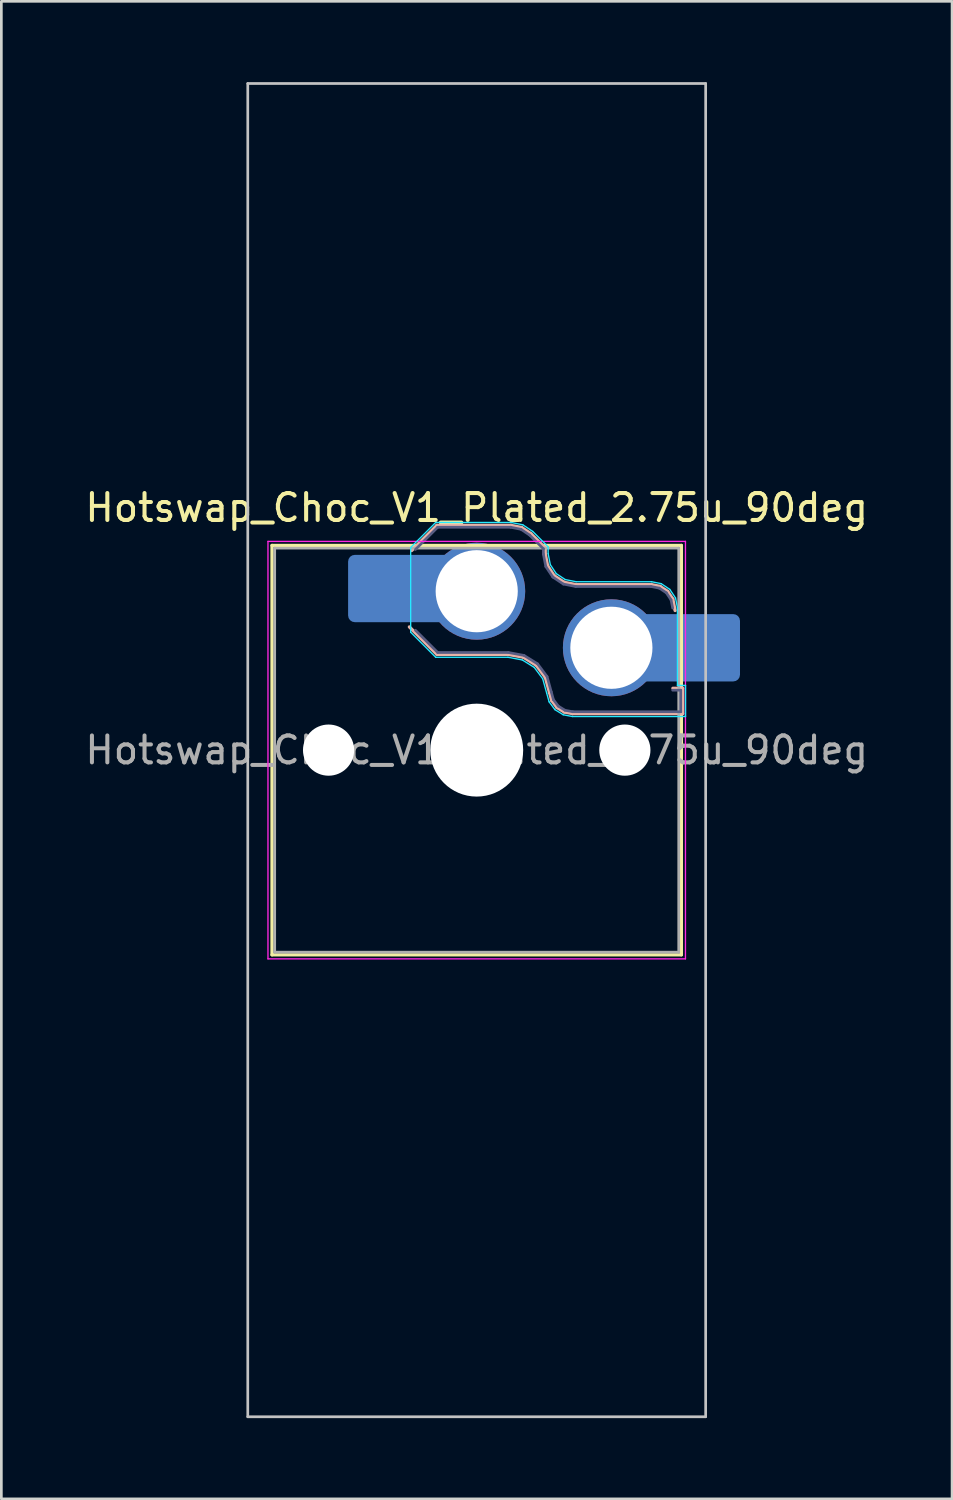
<source format=kicad_pcb>
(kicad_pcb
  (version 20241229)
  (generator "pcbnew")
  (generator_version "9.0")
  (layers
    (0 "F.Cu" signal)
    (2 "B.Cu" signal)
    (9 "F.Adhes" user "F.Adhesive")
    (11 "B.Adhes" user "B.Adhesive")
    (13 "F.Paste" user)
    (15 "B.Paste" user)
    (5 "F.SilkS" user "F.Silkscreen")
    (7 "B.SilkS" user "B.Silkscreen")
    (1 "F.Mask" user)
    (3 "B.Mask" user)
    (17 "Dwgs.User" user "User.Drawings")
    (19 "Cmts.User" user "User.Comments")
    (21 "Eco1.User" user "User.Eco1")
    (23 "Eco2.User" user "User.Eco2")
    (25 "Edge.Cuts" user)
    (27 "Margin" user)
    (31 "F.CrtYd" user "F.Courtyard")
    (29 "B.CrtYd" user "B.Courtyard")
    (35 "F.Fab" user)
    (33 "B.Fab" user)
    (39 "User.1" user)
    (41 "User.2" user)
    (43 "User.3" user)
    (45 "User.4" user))
  (footprint "Hotswap_Choc_V1_Plated_2.75u_90deg"
    (layer "F.Cu")
    (at 14.649 24.8)
    (property "Reference" "Hotswap_Choc_V1_Plated_2.75u_90deg" (at 0 -9 0) (layer "F.SilkS") (effects (font (size 1 1) (thickness 0.15))))
    (attr smd allow_soldermask_bridges)
    (fp_line (start -7.6 -7.6) (end -7.6 7.6) (stroke (width 0.12) (type solid)) (layer "F.SilkS"))
    (fp_line (start -7.6 7.6) (end 7.6 7.6) (stroke (width 0.12) (type solid)) (layer "F.SilkS"))
    (fp_line (start 7.6 -7.6) (end -7.6 -7.6) (stroke (width 0.12) (type solid)) (layer "F.SilkS"))
    (fp_line (start 7.6 7.6) (end 7.6 -7.6) (stroke (width 0.12) (type solid)) (layer "F.SilkS"))
    (fp_line (start -2.416 -7.409) (end -1.479 -8.346) (stroke (width 0.12) (type solid)) (layer "B.SilkS"))
    (fp_line (start -1.479 -8.346) (end 1.268 -8.346) (stroke (width 0.12) (type solid)) (layer "B.SilkS"))
    (fp_line (start -1.479 -3.554) (end -2.5 -4.575) (stroke (width 0.12) (type solid)) (layer "B.SilkS"))
    (fp_line (start 1.168 -3.554) (end -1.479 -3.554) (stroke (width 0.12) (type solid)) (layer "B.SilkS"))
    (fp_line (start 1.268 -8.346) (end 1.671 -8.266) (stroke (width 0.12) (type solid)) (layer "B.SilkS"))
    (fp_line (start 1.671 -8.266) (end 2.013 -8.037) (stroke (width 0.12) (type solid)) (layer "B.SilkS"))
    (fp_line (start 1.73 -3.449) (end 1.168 -3.554) (stroke (width 0.12) (type solid)) (layer "B.SilkS"))
    (fp_line (start 2.013 -8.037) (end 2.546 -7.504) (stroke (width 0.12) (type solid)) (layer "B.SilkS"))
    (fp_line (start 2.209 -3.15) (end 1.73 -3.449) (stroke (width 0.12) (type solid)) (layer "B.SilkS"))
    (fp_line (start 2.546 -7.504) (end 2.546 -7.282) (stroke (width 0.12) (type solid)) (layer "B.SilkS"))
    (fp_line (start 2.546 -7.282) (end 2.633 -6.844) (stroke (width 0.12) (type solid)) (layer "B.SilkS"))
    (fp_line (start 2.547 -2.697) (end 2.209 -3.15) (stroke (width 0.12) (type solid)) (layer "B.SilkS"))
    (fp_line (start 2.633 -6.844) (end 2.877 -6.477) (stroke (width 0.12) (type solid)) (layer "B.SilkS"))
    (fp_line (start 2.701 -2.139) (end 2.547 -2.697) (stroke (width 0.12) (type solid)) (layer "B.SilkS"))
    (fp_line (start 2.783 -1.841) (end 2.701 -2.139) (stroke (width 0.12) (type solid)) (layer "B.SilkS"))
    (fp_line (start 2.877 -6.477) (end 3.244 -6.233) (stroke (width 0.12) (type solid)) (layer "B.SilkS"))
    (fp_line (start 2.976 -1.583) (end 2.783 -1.841) (stroke (width 0.12) (type solid)) (layer "B.SilkS"))
    (fp_line (start 3.244 -6.233) (end 3.682 -6.146) (stroke (width 0.12) (type solid)) (layer "B.SilkS"))
    (fp_line (start 3.25 -1.413) (end 2.976 -1.583) (stroke (width 0.12) (type solid)) (layer "B.SilkS"))
    (fp_line (start 3.56 -1.354) (end 3.25 -1.413) (stroke (width 0.12) (type solid)) (layer "B.SilkS"))
    (fp_line (start 3.682 -6.146) (end 6.482 -6.146) (stroke (width 0.12) (type solid)) (layer "B.SilkS"))
    (fp_line (start 6.482 -6.146) (end 6.809 -6.081) (stroke (width 0.12) (type solid)) (layer "B.SilkS"))
    (fp_line (start 6.809 -6.081) (end 7.092 -5.892) (stroke (width 0.12) (type solid)) (layer "B.SilkS"))
    (fp_line (start 7.092 -5.892) (end 7.281 -5.609) (stroke (width 0.12) (type solid)) (layer "B.SilkS"))
    (fp_line (start 7.281 -5.609) (end 7.366 -5.182) (stroke (width 0.12) (type solid)) (layer "B.SilkS"))
    (fp_line (start 7.283 -2.296) (end 7.646 -2.296) (stroke (width 0.12) (type solid)) (layer "B.SilkS"))
    (fp_line (start 7.646 -2.296) (end 7.646 -1.354) (stroke (width 0.12) (type solid)) (layer "B.SilkS"))
    (fp_line (start 7.646 -1.354) (end 3.56 -1.354) (stroke (width 0.12) (type solid)) (layer "B.SilkS"))
    (fp_line (start -8.5 -24.75) (end 8.5 -24.75) (stroke (width 0.1) (type solid)) (layer "Dwgs.User"))
    (fp_line (start -8.5 24.75) (end -8.5 -24.75) (stroke (width 0.1) (type solid)) (layer "Dwgs.User"))
    (fp_line (start 8.5 -24.75) (end 8.5 24.75) (stroke (width 0.1) (type solid)) (layer "Dwgs.User"))
    (fp_line (start 8.5 24.75) (end -8.5 24.75) (stroke (width 0.1) (type solid)) (layer "Dwgs.User"))
    (fp_line (start -7.25 -7.25) (end -7.25 7.25) (stroke (width 0.1) (type solid)) (layer "Eco1.User"))
    (fp_line (start -7.25 7.25) (end 7.25 7.25) (stroke (width 0.1) (type solid)) (layer "Eco1.User"))
    (fp_line (start 7.25 -7.25) (end -7.25 -7.25) (stroke (width 0.1) (type solid)) (layer "Eco1.User"))
    (fp_line (start 7.25 7.25) (end 7.25 -7.25) (stroke (width 0.1) (type solid)) (layer "Eco1.User"))
    (fp_line (start -2.452 -7.523) (end -1.523 -8.452) (stroke (width 0.05) (type solid)) (layer "B.CrtYd"))
    (fp_line (start -2.452 -4.377) (end -2.452 -7.523) (stroke (width 0.05) (type solid)) (layer "B.CrtYd"))
    (fp_line (start -1.523 -8.452) (end 1.278 -8.452) (stroke (width 0.05) (type solid)) (layer "B.CrtYd"))
    (fp_line (start -1.523 -3.448) (end -2.452 -4.377) (stroke (width 0.05) (type solid)) (layer "B.CrtYd"))
    (fp_line (start 1.159 -3.448) (end -1.523 -3.448) (stroke (width 0.05) (type solid)) (layer "B.CrtYd"))
    (fp_line (start 1.278 -8.452) (end 1.712 -8.366) (stroke (width 0.05) (type solid)) (layer "B.CrtYd"))
    (fp_line (start 1.691 -3.348) (end 1.159 -3.448) (stroke (width 0.05) (type solid)) (layer "B.CrtYd"))
    (fp_line (start 1.712 -8.366) (end 2.081 -8.119) (stroke (width 0.05) (type solid)) (layer "B.CrtYd"))
    (fp_line (start 2.081 -8.119) (end 2.652 -7.548) (stroke (width 0.05) (type solid)) (layer "B.CrtYd"))
    (fp_line (start 2.136 -3.071) (end 1.691 -3.348) (stroke (width 0.05) (type solid)) (layer "B.CrtYd"))
    (fp_line (start 2.45 -2.65) (end 2.136 -3.071) (stroke (width 0.05) (type solid)) (layer "B.CrtYd"))
    (fp_line (start 2.599 -2.111) (end 2.45 -2.65) (stroke (width 0.05) (type solid)) (layer "B.CrtYd"))
    (fp_line (start 2.652 -7.548) (end 2.652 -7.292) (stroke (width 0.05) (type solid)) (layer "B.CrtYd"))
    (fp_line (start 2.652 -7.292) (end 2.733 -6.885) (stroke (width 0.05) (type solid)) (layer "B.CrtYd"))
    (fp_line (start 2.687 -1.794) (end 2.599 -2.111) (stroke (width 0.05) (type solid)) (layer "B.CrtYd"))
    (fp_line (start 2.733 -6.885) (end 2.953 -6.553) (stroke (width 0.05) (type solid)) (layer "B.CrtYd"))
    (fp_line (start 2.903 -1.503) (end 2.687 -1.794) (stroke (width 0.05) (type solid)) (layer "B.CrtYd"))
    (fp_line (start 2.953 -6.553) (end 3.285 -6.333) (stroke (width 0.05) (type solid)) (layer "B.CrtYd"))
    (fp_line (start 3.211 -1.312) (end 2.903 -1.503) (stroke (width 0.05) (type solid)) (layer "B.CrtYd"))
    (fp_line (start 3.285 -6.333) (end 3.692 -6.252) (stroke (width 0.05) (type solid)) (layer "B.CrtYd"))
    (fp_line (start 3.55 -1.248) (end 3.211 -1.312) (stroke (width 0.05) (type solid)) (layer "B.CrtYd"))
    (fp_line (start 3.692 -6.252) (end 6.492 -6.252) (stroke (width 0.05) (type solid)) (layer "B.CrtYd"))
    (fp_line (start 6.492 -6.252) (end 6.85 -6.181) (stroke (width 0.05) (type solid)) (layer "B.CrtYd"))
    (fp_line (start 6.85 -6.181) (end 7.168 -5.968) (stroke (width 0.05) (type solid)) (layer "B.CrtYd"))
    (fp_line (start 7.168 -5.968) (end 7.381 -5.65) (stroke (width 0.05) (type solid)) (layer "B.CrtYd"))
    (fp_line (start 7.381 -5.65) (end 7.452 -5.292) (stroke (width 0.05) (type solid)) (layer "B.CrtYd"))
    (fp_line (start 7.452 -5.292) (end 7.452 -2.402) (stroke (width 0.05) (type solid)) (layer "B.CrtYd"))
    (fp_line (start 7.452 -2.402) (end 7.752 -2.402) (stroke (width 0.05) (type solid)) (layer "B.CrtYd"))
    (fp_line (start 7.752 -2.402) (end 7.752 -1.248) (stroke (width 0.05) (type solid)) (layer "B.CrtYd"))
    (fp_line (start 7.752 -1.248) (end 3.55 -1.248) (stroke (width 0.05) (type solid)) (layer "B.CrtYd"))
    (fp_line (start -7.75 -7.75) (end -7.75 7.75) (stroke (width 0.05) (type solid)) (layer "F.CrtYd"))
    (fp_line (start -7.75 7.75) (end 7.75 7.75) (stroke (width 0.05) (type solid)) (layer "F.CrtYd"))
    (fp_line (start 7.75 -7.75) (end -7.75 -7.75) (stroke (width 0.05) (type solid)) (layer "F.CrtYd"))
    (fp_line (start 7.75 7.75) (end 7.75 -7.75) (stroke (width 0.05) (type solid)) (layer "F.CrtYd"))
    (fp_line (start -2.275 -7.45) (end -1.45 -8.275) (stroke (width 0.1) (type solid)) (layer "B.Fab"))
    (fp_line (start -1.45 -8.275) (end 1.261 -8.275) (stroke (width 0.1) (type solid)) (layer "B.Fab"))
    (fp_line (start -1.45 -3.625) (end -2.275 -4.45) (stroke (width 0.1) (type solid)) (layer "B.Fab"))
    (fp_line (start 1.175 -3.625) (end -1.45 -3.625) (stroke (width 0.1) (type solid)) (layer "B.Fab"))
    (fp_line (start 1.261 -8.275) (end 1.643 -8.199) (stroke (width 0.1) (type solid)) (layer "B.Fab"))
    (fp_line (start 1.643 -8.199) (end 1.968 -7.982) (stroke (width 0.1) (type solid)) (layer "B.Fab"))
    (fp_line (start 1.756 -3.516) (end 1.175 -3.625) (stroke (width 0.1) (type solid)) (layer "B.Fab"))
    (fp_line (start 1.968 -7.982) (end 2.475 -7.475) (stroke (width 0.1) (type solid)) (layer "B.Fab"))
    (fp_line (start 2.258 -3.203) (end 1.756 -3.516) (stroke (width 0.1) (type solid)) (layer "B.Fab"))
    (fp_line (start 2.475 -7.475) (end 2.475 -7.275) (stroke (width 0.1) (type solid)) (layer "B.Fab"))
    (fp_line (start 2.475 -7.275) (end 2.566 -6.816) (stroke (width 0.1) (type solid)) (layer "B.Fab"))
    (fp_line (start 2.566 -6.816) (end 2.826 -6.426) (stroke (width 0.1) (type solid)) (layer "B.Fab"))
    (fp_line (start 2.612 -2.729) (end 2.258 -3.203) (stroke (width 0.1) (type solid)) (layer "B.Fab"))
    (fp_line (start 2.769 -2.158) (end 2.612 -2.729) (stroke (width 0.1) (type solid)) (layer "B.Fab"))
    (fp_line (start 2.826 -6.426) (end 3.216 -6.166) (stroke (width 0.1) (type solid)) (layer "B.Fab"))
    (fp_line (start 2.848 -1.873) (end 2.769 -2.158) (stroke (width 0.1) (type solid)) (layer "B.Fab"))
    (fp_line (start 3.025 -1.636) (end 2.848 -1.873) (stroke (width 0.1) (type solid)) (layer "B.Fab"))
    (fp_line (start 3.216 -6.166) (end 3.675 -6.075) (stroke (width 0.1) (type solid)) (layer "B.Fab"))
    (fp_line (start 3.276 -1.48) (end 3.025 -1.636) (stroke (width 0.1) (type solid)) (layer "B.Fab"))
    (fp_line (start 3.567 -1.425) (end 3.276 -1.48) (stroke (width 0.1) (type solid)) (layer "B.Fab"))
    (fp_line (start 3.675 -6.075) (end 6.475 -6.075) (stroke (width 0.1) (type solid)) (layer "B.Fab"))
    (fp_line (start 6.475 -6.075) (end 6.781 -6.014) (stroke (width 0.1) (type solid)) (layer "B.Fab"))
    (fp_line (start 6.781 -6.014) (end 7.041 -5.841) (stroke (width 0.1) (type solid)) (layer "B.Fab"))
    (fp_line (start 7.041 -5.841) (end 7.214 -5.581) (stroke (width 0.1) (type solid)) (layer "B.Fab"))
    (fp_line (start 7.214 -5.581) (end 7.275 -5.275) (stroke (width 0.1) (type solid)) (layer "B.Fab"))
    (fp_line (start 7.275 -2.225) (end 7.575 -2.225) (stroke (width 0.1) (type solid)) (layer "B.Fab"))
    (fp_line (start 7.575 -2.225) (end 7.575 -1.425) (stroke (width 0.1) (type solid)) (layer "B.Fab"))
    (fp_line (start 7.575 -1.425) (end 3.567 -1.425) (stroke (width 0.1) (type solid)) (layer "B.Fab"))
    (fp_line (start -7.5 -7.5) (end -7.5 7.5) (stroke (width 0.1) (type solid)) (layer "F.Fab"))
    (fp_line (start -7.5 7.5) (end 7.5 7.5) (stroke (width 0.1) (type solid)) (layer "F.Fab"))
    (fp_line (start 7.5 -7.5) (end -7.5 -7.5) (stroke (width 0.1) (type solid)) (layer "F.Fab"))
    (fp_line (start 7.5 7.5) (end 7.5 -7.5) (stroke (width 0.1) (type solid)) (layer "F.Fab"))
    (fp_text user "${REFERENCE}" (at 0 0 0) (layer "F.Fab") (effects (font (size 1 1) (thickness 0.15))))
    (pad "" np_thru_hole circle (at -5.5 0) (size 1.9 1.9) (drill 1.9) (layers "*.Cu" "*.Mask"))
    (pad "" smd roundrect (at -3.5 -6) (size 2.55 2.5) (layers "B.Mask" "B.Paste") (roundrect_rratio 0.1))
    (pad "" np_thru_hole circle (at 0 0) (size 3.45 3.45) (drill 3.45) (layers "*.Cu" "*.Mask"))
    (pad "" np_thru_hole circle (at 5.5 0) (size 1.9 1.9) (drill 1.9) (layers "*.Cu" "*.Mask"))
    (pad "" smd roundrect (at 8.5 -3.8) (size 2.55 2.5) (layers "B.Mask" "B.Paste") (roundrect_rratio 0.1))
    (pad "1" smd roundrect (at -2.85 -6) (size 3.85 2.5) (layers "B.Cu") (roundrect_rratio 0.1))
    (pad "1" thru_hole circle (at 0 -5.9) (size 3.6 3.6) (drill 3.05) (layers "*.Cu" "*.Mask"))
    (pad "2" thru_hole circle (at 5 -3.8) (size 3.6 3.6) (drill 3.05) (layers "*.Cu" "*.Mask"))
    (pad "2" smd roundrect (at 7.85 -3.8) (size 3.85 2.5) (layers "B.Cu") (roundrect_rratio 0.1)))
  (gr_rect
    (start -3 -3)
    (end 32.298 52.6)
    (stroke (width 0.1) (type default))
    (fill no)
    (layer "Edge.Cuts")))
</source>
